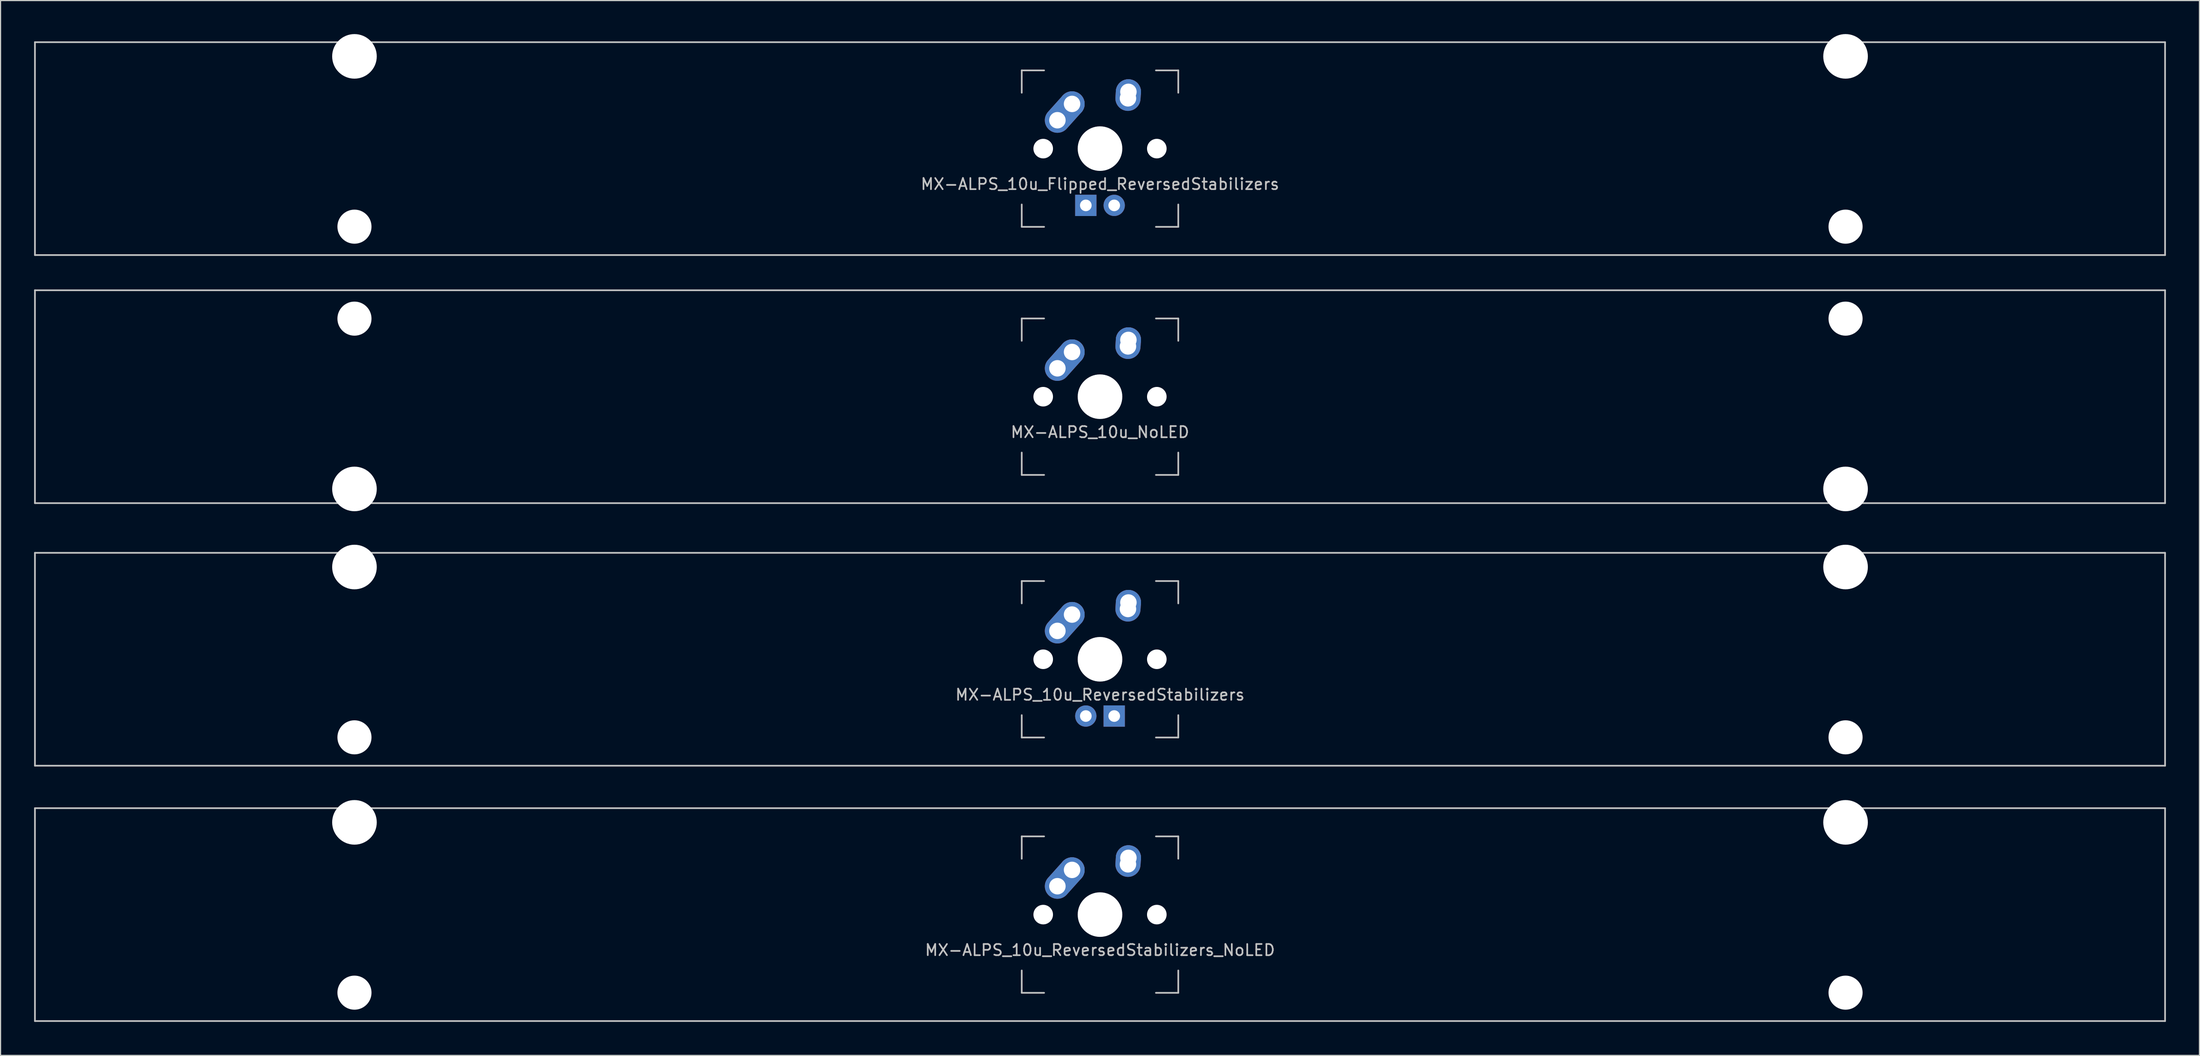
<source format=kicad_pcb>
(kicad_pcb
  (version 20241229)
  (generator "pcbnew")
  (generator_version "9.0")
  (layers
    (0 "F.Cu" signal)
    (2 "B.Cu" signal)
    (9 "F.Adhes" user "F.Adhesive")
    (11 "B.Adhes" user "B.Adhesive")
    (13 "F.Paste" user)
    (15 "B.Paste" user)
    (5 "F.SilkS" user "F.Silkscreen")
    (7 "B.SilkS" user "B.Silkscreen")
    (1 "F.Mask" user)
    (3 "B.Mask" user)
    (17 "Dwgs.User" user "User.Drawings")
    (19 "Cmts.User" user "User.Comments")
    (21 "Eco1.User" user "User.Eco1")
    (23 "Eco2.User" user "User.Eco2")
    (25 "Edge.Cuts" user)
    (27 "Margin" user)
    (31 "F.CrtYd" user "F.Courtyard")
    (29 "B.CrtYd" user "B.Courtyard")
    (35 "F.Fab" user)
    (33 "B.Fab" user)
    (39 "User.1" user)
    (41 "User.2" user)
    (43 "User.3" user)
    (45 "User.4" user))
  (footprint "MX-ALPS_10u_Flipped_ReversedStabilizers"
    (layer "F.Cu")
    (at 95.325 10.249)
    (property "Reference" "MX-ALPS_10u_Flipped_ReversedStabilizers" (at 0 3.175 0) (layer "Dwgs.User") (effects (font (size 1 1) (thickness 0.15))))
    (attr through_hole)
    (fp_line (start -95.25 -9.525) (end 95.25 -9.525) (stroke (width 0.15) (type solid)) (layer "Dwgs.User"))
    (fp_line (start -95.25 9.525) (end -95.25 -9.525) (stroke (width 0.15) (type solid)) (layer "Dwgs.User"))
    (fp_line (start -95.25 9.525) (end 95.25 9.525) (stroke (width 0.15) (type solid)) (layer "Dwgs.User"))
    (fp_line (start -7 -7) (end -7 -5) (stroke (width 0.15) (type solid)) (layer "Dwgs.User"))
    (fp_line (start -7 5) (end -7 7) (stroke (width 0.15) (type solid)) (layer "Dwgs.User"))
    (fp_line (start -7 7) (end -5 7) (stroke (width 0.15) (type solid)) (layer "Dwgs.User"))
    (fp_line (start -5 -7) (end -7 -7) (stroke (width 0.15) (type solid)) (layer "Dwgs.User"))
    (fp_line (start 5 -7) (end 7 -7) (stroke (width 0.15) (type solid)) (layer "Dwgs.User"))
    (fp_line (start 5 7) (end 7 7) (stroke (width 0.15) (type solid)) (layer "Dwgs.User"))
    (fp_line (start 7 -7) (end 7 -5) (stroke (width 0.15) (type solid)) (layer "Dwgs.User"))
    (fp_line (start 7 7) (end 7 5) (stroke (width 0.15) (type solid)) (layer "Dwgs.User"))
    (fp_line (start 95.25 -9.525) (end 95.25 9.525) (stroke (width 0.15) (type solid)) (layer "Dwgs.User"))
    (pad "" np_thru_hole circle (at -66.675 -8.255) (size 3.988 3.988) (drill 3.988) (layers "*.Cu" "*.Mask"))
    (pad "" np_thru_hole circle (at -66.675 6.985) (size 3.048 3.048) (drill 3.048) (layers "*.Cu" "*.Mask"))
    (pad "" np_thru_hole circle (at -5.08 0 48.1) (size 1.75 1.75) (drill 1.75) (layers "*.Cu" "*.Mask"))
    (pad "" np_thru_hole circle (at 0 0) (size 3.988 3.988) (drill 3.988) (layers "*.Cu" "*.Mask"))
    (pad "" np_thru_hole circle (at 5.08 0 48.1) (size 1.75 1.75) (drill 1.75) (layers "*.Cu" "*.Mask"))
    (pad "" np_thru_hole circle (at 66.675 -8.255) (size 3.988 3.988) (drill 3.988) (layers "*.Cu" "*.Mask"))
    (pad "" np_thru_hole circle (at 66.675 6.985) (size 3.048 3.048) (drill 3.048) (layers "*.Cu" "*.Mask"))
    (pad "1" thru_hole oval (at -3.81 -2.54 48.1) (size 4.212 2.25) (drill 1.47 (offset 0.981 0)) (layers "*.Cu" "B.Mask"))
    (pad "1" thru_hole circle (at -2.5 -4) (size 2.25 2.25) (drill 1.47) (layers "*.Cu" "B.Mask"))
    (pad "2" thru_hole oval (at 2.5 -4.5 86.055) (size 2.831 2.25) (drill 1.47 (offset 0.291 0)) (layers "*.Cu" "B.Mask"))
    (pad "2" thru_hole circle (at 2.54 -5.08) (size 2.25 2.25) (drill 1.47) (layers "*.Cu" "B.Mask"))
    (pad "3" thru_hole circle (at 1.27 5.08) (size 1.905 1.905) (drill 1.04) (layers "*.Cu" "B.Mask"))
    (pad "4" thru_hole rect (at -1.27 5.08) (size 1.905 1.905) (drill 1.04) (layers "*.Cu" "B.Mask")))
  (footprint "MX-ALPS_10u_ReversedStabilizers_NoLED"
    (layer "F.Cu")
    (at 95.325 78.796)
    (property "Reference" "MX-ALPS_10u_ReversedStabilizers_NoLED" (at 0 3.175 0) (layer "Dwgs.User") (effects (font (size 1 1) (thickness 0.15))))
    (attr through_hole)
    (fp_line (start -95.25 -9.525) (end 95.25 -9.525) (stroke (width 0.15) (type solid)) (layer "Dwgs.User"))
    (fp_line (start -95.25 9.525) (end -95.25 -9.525) (stroke (width 0.15) (type solid)) (layer "Dwgs.User"))
    (fp_line (start -95.25 9.525) (end 95.25 9.525) (stroke (width 0.15) (type solid)) (layer "Dwgs.User"))
    (fp_line (start -7 -7) (end -7 -5) (stroke (width 0.15) (type solid)) (layer "Dwgs.User"))
    (fp_line (start -7 5) (end -7 7) (stroke (width 0.15) (type solid)) (layer "Dwgs.User"))
    (fp_line (start -7 7) (end -5 7) (stroke (width 0.15) (type solid)) (layer "Dwgs.User"))
    (fp_line (start -5 -7) (end -7 -7) (stroke (width 0.15) (type solid)) (layer "Dwgs.User"))
    (fp_line (start 5 -7) (end 7 -7) (stroke (width 0.15) (type solid)) (layer "Dwgs.User"))
    (fp_line (start 5 7) (end 7 7) (stroke (width 0.15) (type solid)) (layer "Dwgs.User"))
    (fp_line (start 7 -7) (end 7 -5) (stroke (width 0.15) (type solid)) (layer "Dwgs.User"))
    (fp_line (start 7 7) (end 7 5) (stroke (width 0.15) (type solid)) (layer "Dwgs.User"))
    (fp_line (start 95.25 -9.525) (end 95.25 9.525) (stroke (width 0.15) (type solid)) (layer "Dwgs.User"))
    (pad "" np_thru_hole circle (at -66.675 -8.255) (size 3.988 3.988) (drill 3.988) (layers "*.Cu" "*.Mask"))
    (pad "" np_thru_hole circle (at -66.675 6.985) (size 3.048 3.048) (drill 3.048) (layers "*.Cu" "*.Mask"))
    (pad "" np_thru_hole circle (at -5.08 0 48.1) (size 1.75 1.75) (drill 1.75) (layers "*.Cu" "*.Mask"))
    (pad "" np_thru_hole circle (at 0 0) (size 3.988 3.988) (drill 3.988) (layers "*.Cu" "*.Mask"))
    (pad "" np_thru_hole circle (at 5.08 0 48.1) (size 1.75 1.75) (drill 1.75) (layers "*.Cu" "*.Mask"))
    (pad "" np_thru_hole circle (at 66.675 -8.255) (size 3.988 3.988) (drill 3.988) (layers "*.Cu" "*.Mask"))
    (pad "" np_thru_hole circle (at 66.675 6.985) (size 3.048 3.048) (drill 3.048) (layers "*.Cu" "*.Mask"))
    (pad "1" thru_hole oval (at -3.81 -2.54 48.1) (size 4.212 2.25) (drill 1.47 (offset 0.981 0)) (layers "*.Cu" "B.Mask"))
    (pad "1" thru_hole circle (at -2.5 -4) (size 2.25 2.25) (drill 1.47) (layers "*.Cu" "B.Mask"))
    (pad "2" thru_hole oval (at 2.5 -4.5 86.055) (size 2.831 2.25) (drill 1.47 (offset 0.291 0)) (layers "*.Cu" "B.Mask"))
    (pad "2" thru_hole circle (at 2.54 -5.08) (size 2.25 2.25) (drill 1.47) (layers "*.Cu" "B.Mask")))
  (footprint "MX-ALPS_10u_ReversedStabilizers"
    (layer "F.Cu")
    (at 95.325 55.947)
    (property "Reference" "MX-ALPS_10u_ReversedStabilizers" (at 0 3.175 0) (layer "Dwgs.User") (effects (font (size 1 1) (thickness 0.15))))
    (attr through_hole)
    (fp_line (start -95.25 -9.525) (end 95.25 -9.525) (stroke (width 0.15) (type solid)) (layer "Dwgs.User"))
    (fp_line (start -95.25 9.525) (end -95.25 -9.525) (stroke (width 0.15) (type solid)) (layer "Dwgs.User"))
    (fp_line (start -95.25 9.525) (end 95.25 9.525) (stroke (width 0.15) (type solid)) (layer "Dwgs.User"))
    (fp_line (start -7 -7) (end -7 -5) (stroke (width 0.15) (type solid)) (layer "Dwgs.User"))
    (fp_line (start -7 5) (end -7 7) (stroke (width 0.15) (type solid)) (layer "Dwgs.User"))
    (fp_line (start -7 7) (end -5 7) (stroke (width 0.15) (type solid)) (layer "Dwgs.User"))
    (fp_line (start -5 -7) (end -7 -7) (stroke (width 0.15) (type solid)) (layer "Dwgs.User"))
    (fp_line (start 5 -7) (end 7 -7) (stroke (width 0.15) (type solid)) (layer "Dwgs.User"))
    (fp_line (start 5 7) (end 7 7) (stroke (width 0.15) (type solid)) (layer "Dwgs.User"))
    (fp_line (start 7 -7) (end 7 -5) (stroke (width 0.15) (type solid)) (layer "Dwgs.User"))
    (fp_line (start 7 7) (end 7 5) (stroke (width 0.15) (type solid)) (layer "Dwgs.User"))
    (fp_line (start 95.25 -9.525) (end 95.25 9.525) (stroke (width 0.15) (type solid)) (layer "Dwgs.User"))
    (pad "" np_thru_hole circle (at -66.675 -8.255) (size 3.988 3.988) (drill 3.988) (layers "*.Cu" "*.Mask"))
    (pad "" np_thru_hole circle (at -66.675 6.985) (size 3.048 3.048) (drill 3.048) (layers "*.Cu" "*.Mask"))
    (pad "" np_thru_hole circle (at -5.08 0 48.1) (size 1.75 1.75) (drill 1.75) (layers "*.Cu" "*.Mask"))
    (pad "" np_thru_hole circle (at 0 0) (size 3.988 3.988) (drill 3.988) (layers "*.Cu" "*.Mask"))
    (pad "" np_thru_hole circle (at 5.08 0 48.1) (size 1.75 1.75) (drill 1.75) (layers "*.Cu" "*.Mask"))
    (pad "" np_thru_hole circle (at 66.675 -8.255) (size 3.988 3.988) (drill 3.988) (layers "*.Cu" "*.Mask"))
    (pad "" np_thru_hole circle (at 66.675 6.985) (size 3.048 3.048) (drill 3.048) (layers "*.Cu" "*.Mask"))
    (pad "1" thru_hole oval (at -3.81 -2.54 48.1) (size 4.212 2.25) (drill 1.47 (offset 0.981 0)) (layers "*.Cu" "B.Mask"))
    (pad "1" thru_hole circle (at -2.5 -4) (size 2.25 2.25) (drill 1.47) (layers "*.Cu" "B.Mask"))
    (pad "2" thru_hole oval (at 2.5 -4.5 86.055) (size 2.831 2.25) (drill 1.47 (offset 0.291 0)) (layers "*.Cu" "B.Mask"))
    (pad "2" thru_hole circle (at 2.54 -5.08) (size 2.25 2.25) (drill 1.47) (layers "*.Cu" "B.Mask"))
    (pad "3" thru_hole circle (at -1.27 5.08) (size 1.905 1.905) (drill 1.04) (layers "*.Cu" "B.Mask"))
    (pad "4" thru_hole rect (at 1.27 5.08) (size 1.905 1.905) (drill 1.04) (layers "*.Cu" "B.Mask")))
  (footprint "MX-ALPS_10u_NoLED"
    (layer "F.Cu")
    (at 95.325 32.449)
    (property "Reference" "MX-ALPS_10u_NoLED" (at 0 3.175 0) (layer "Dwgs.User") (effects (font (size 1 1) (thickness 0.15))))
    (attr through_hole)
    (fp_line (start -95.25 -9.525) (end 95.25 -9.525) (stroke (width 0.15) (type solid)) (layer "Dwgs.User"))
    (fp_line (start -95.25 9.525) (end -95.25 -9.525) (stroke (width 0.15) (type solid)) (layer "Dwgs.User"))
    (fp_line (start -95.25 9.525) (end 95.25 9.525) (stroke (width 0.15) (type solid)) (layer "Dwgs.User"))
    (fp_line (start -7 -7) (end -7 -5) (stroke (width 0.15) (type solid)) (layer "Dwgs.User"))
    (fp_line (start -7 5) (end -7 7) (stroke (width 0.15) (type solid)) (layer "Dwgs.User"))
    (fp_line (start -7 7) (end -5 7) (stroke (width 0.15) (type solid)) (layer "Dwgs.User"))
    (fp_line (start -5 -7) (end -7 -7) (stroke (width 0.15) (type solid)) (layer "Dwgs.User"))
    (fp_line (start 5 -7) (end 7 -7) (stroke (width 0.15) (type solid)) (layer "Dwgs.User"))
    (fp_line (start 5 7) (end 7 7) (stroke (width 0.15) (type solid)) (layer "Dwgs.User"))
    (fp_line (start 7 -7) (end 7 -5) (stroke (width 0.15) (type solid)) (layer "Dwgs.User"))
    (fp_line (start 7 7) (end 7 5) (stroke (width 0.15) (type solid)) (layer "Dwgs.User"))
    (fp_line (start 95.25 -9.525) (end 95.25 9.525) (stroke (width 0.15) (type solid)) (layer "Dwgs.User"))
    (pad "" np_thru_hole circle (at -66.675 -6.985) (size 3.048 3.048) (drill 3.048) (layers "*.Cu" "*.Mask"))
    (pad "" np_thru_hole circle (at -66.675 8.255) (size 3.988 3.988) (drill 3.988) (layers "*.Cu" "*.Mask"))
    (pad "" np_thru_hole circle (at -5.08 0 48.1) (size 1.75 1.75) (drill 1.75) (layers "*.Cu" "*.Mask"))
    (pad "" np_thru_hole circle (at 0 0) (size 3.988 3.988) (drill 3.988) (layers "*.Cu" "*.Mask"))
    (pad "" np_thru_hole circle (at 5.08 0 48.1) (size 1.75 1.75) (drill 1.75) (layers "*.Cu" "*.Mask"))
    (pad "" np_thru_hole circle (at 66.675 -6.985) (size 3.048 3.048) (drill 3.048) (layers "*.Cu" "*.Mask"))
    (pad "" np_thru_hole circle (at 66.675 8.255) (size 3.988 3.988) (drill 3.988) (layers "*.Cu" "*.Mask"))
    (pad "1" thru_hole oval (at -3.81 -2.54 48.1) (size 4.212 2.25) (drill 1.47 (offset 0.981 0)) (layers "*.Cu" "B.Mask"))
    (pad "1" thru_hole circle (at -2.5 -4) (size 2.25 2.25) (drill 1.47) (layers "*.Cu" "B.Mask"))
    (pad "2" thru_hole oval (at 2.5 -4.5 86.055) (size 2.831 2.25) (drill 1.47 (offset 0.291 0)) (layers "*.Cu" "B.Mask"))
    (pad "2" thru_hole circle (at 2.54 -5.08) (size 2.25 2.25) (drill 1.47) (layers "*.Cu" "B.Mask")))
  (gr_rect
    (start -3 -3)
    (end 193.65 91.396)
    (stroke (width 0.1) (type default))
    (fill no)
    (layer "Edge.Cuts")))
</source>
